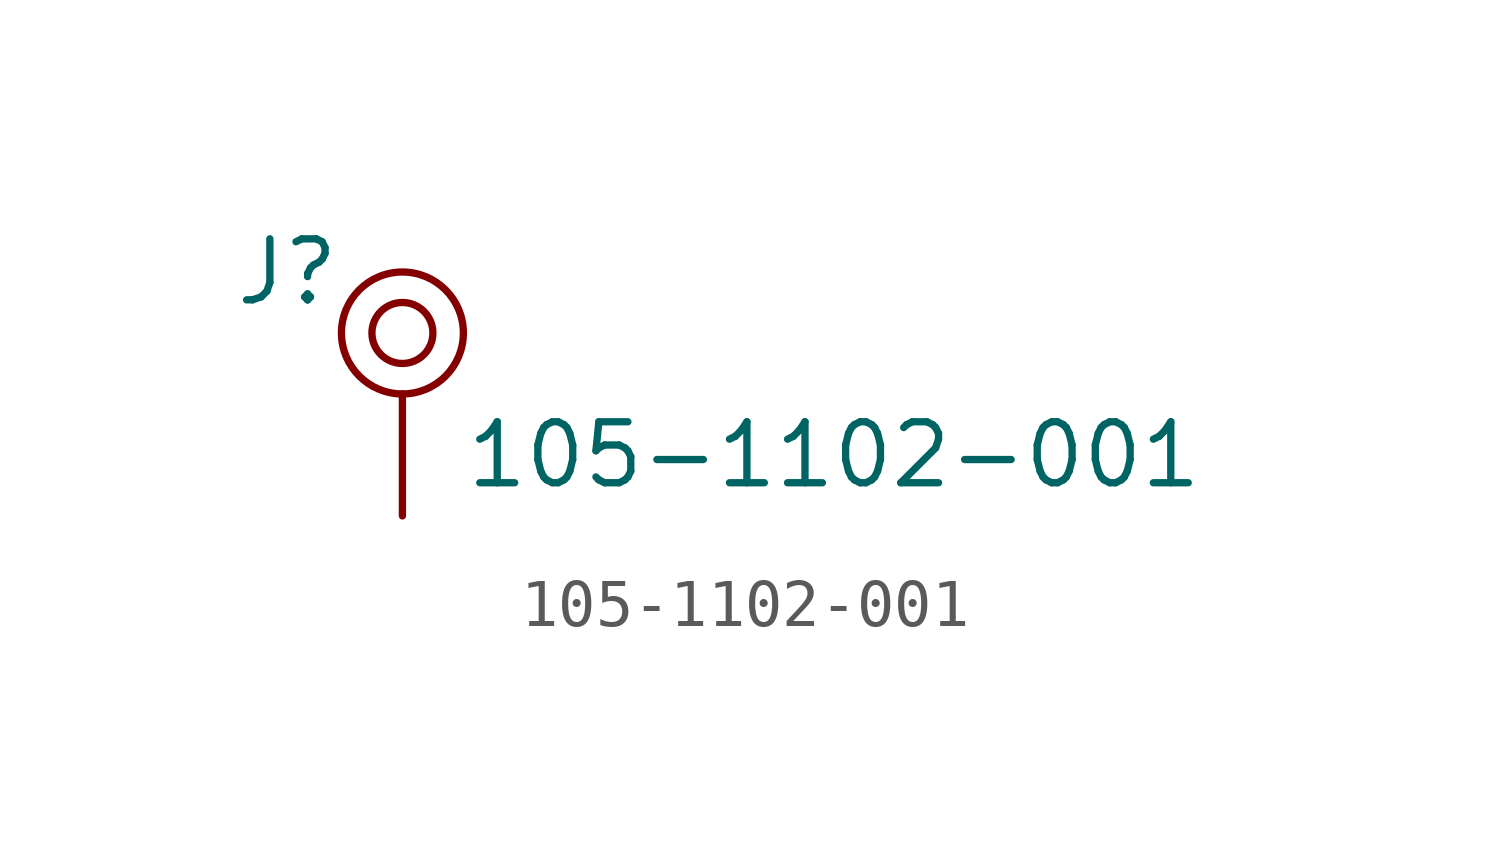
<source format=kicad_sym>
(kicad_symbol_lib
  (version 20220914)
  (generator kicad_symbol_editor)
  (symbol "105-1102-001"
    (pin_numbers hide)
    (pin_names
      (offset 1.016) hide)
    (property "Reference" "J"
      (at -1.27 1.27 0)
      (effects (font (size 1.27 1.27)) (justify right)))
    (property "Value" "105-1102-001"
      (at 1.27 -2.54 0)
      (effects (font (size 1.27 1.27)) (justify left)))
    (symbol "105-1102-001_0_1"
      (circle (center 0 0) (radius 1.27) (stroke (width 0) (type solid)) (fill (type none))))
    (symbol "105-1102-001_1_1"
      (circle (center 0 0) (radius 0.635) (stroke (width 0) (type solid)) (fill (type none)))
      (pin passive line (at 0 -3.81 90) (length 2.54) (name "~" (effects (font (size 1.27 1.27)))) (number "1" (effects (font (size 1.27 1.27))))))))
</source>
